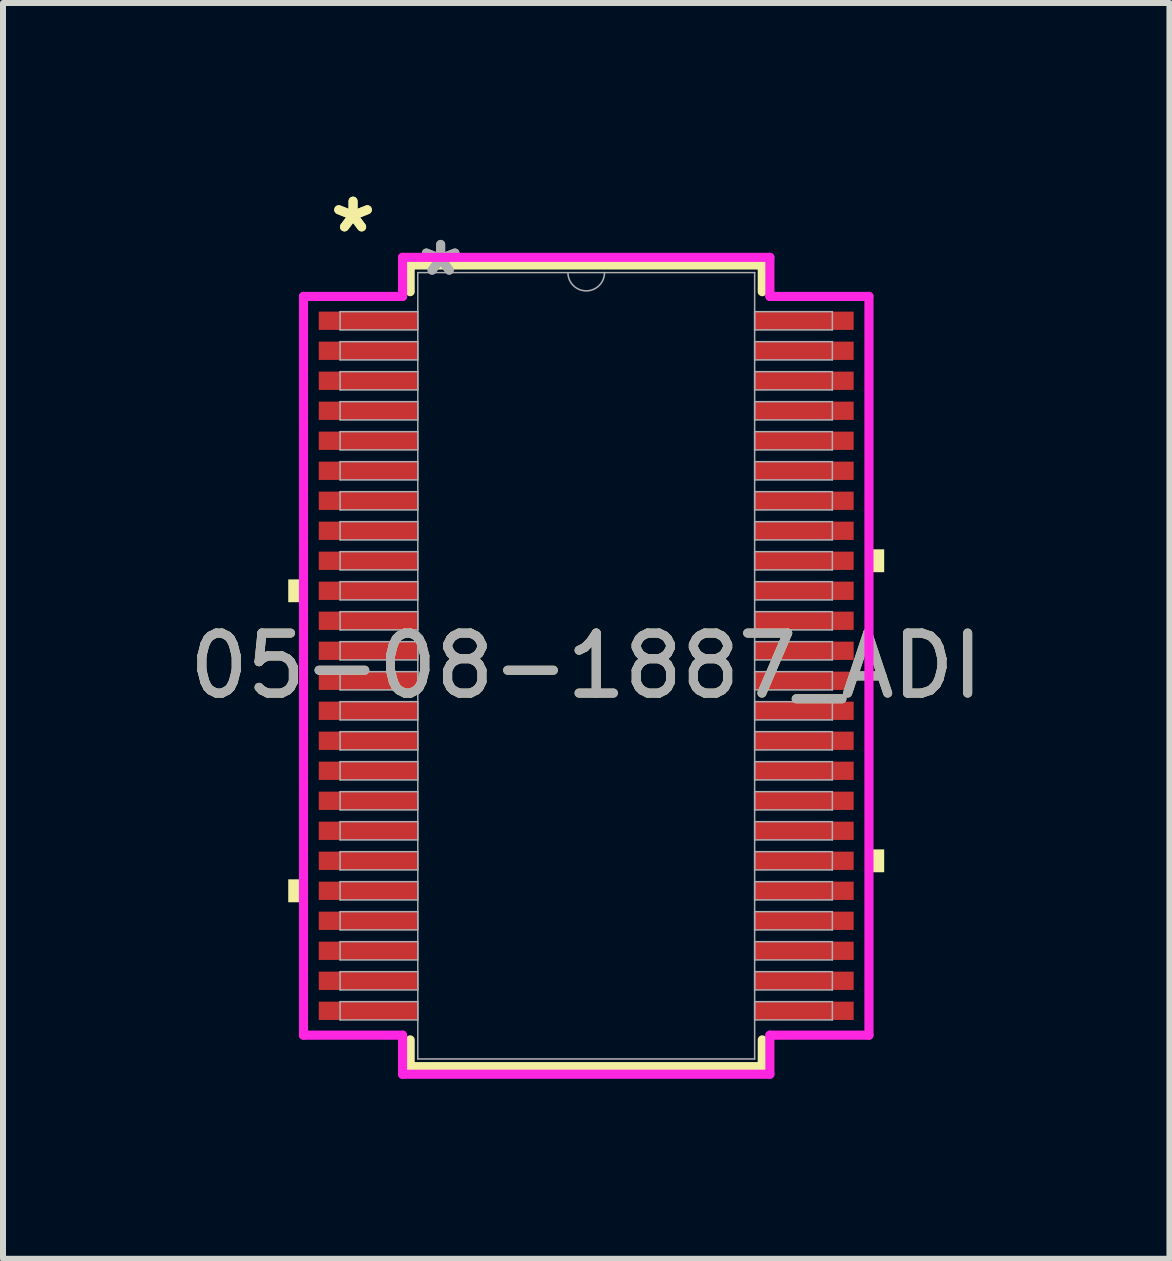
<source format=kicad_pcb>
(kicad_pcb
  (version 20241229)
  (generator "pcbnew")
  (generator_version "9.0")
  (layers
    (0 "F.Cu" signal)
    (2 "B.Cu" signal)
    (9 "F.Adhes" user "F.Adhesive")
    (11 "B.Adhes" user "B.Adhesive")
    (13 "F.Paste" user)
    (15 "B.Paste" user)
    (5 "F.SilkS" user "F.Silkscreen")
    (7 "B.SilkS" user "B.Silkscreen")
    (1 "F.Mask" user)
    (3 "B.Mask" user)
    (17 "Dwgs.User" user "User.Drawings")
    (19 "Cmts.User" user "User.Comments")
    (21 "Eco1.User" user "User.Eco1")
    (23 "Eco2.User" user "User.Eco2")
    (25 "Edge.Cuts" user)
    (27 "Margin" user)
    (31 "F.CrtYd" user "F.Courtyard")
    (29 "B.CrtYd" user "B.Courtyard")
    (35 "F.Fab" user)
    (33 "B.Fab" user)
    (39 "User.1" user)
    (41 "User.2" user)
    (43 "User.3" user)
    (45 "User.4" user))
  (footprint "05-08-1887_ADI"
    (layer "F.Cu")
    (at 6.72 8.046)
    (property "Reference" "05-08-1887_ADI" (at 0 0 0) (unlocked yes) (layer "F.SilkS") (effects (font (size 1 1) (thickness 0.15))))
    (attr smd)
    (fp_line (start -2.934 -6.68) (end -2.934 -6.235) (stroke (width 0.152) (type solid)) (layer "F.SilkS"))
    (fp_line (start -2.934 6.235) (end -2.934 6.68) (stroke (width 0.152) (type solid)) (layer "F.SilkS"))
    (fp_line (start -2.934 6.68) (end 2.934 6.68) (stroke (width 0.152) (type solid)) (layer "F.SilkS"))
    (fp_line (start 2.934 -6.68) (end -2.934 -6.68) (stroke (width 0.152) (type solid)) (layer "F.SilkS"))
    (fp_line (start 2.934 -6.235) (end 2.934 -6.68) (stroke (width 0.152) (type solid)) (layer "F.SilkS"))
    (fp_line (start 2.934 6.68) (end 2.934 6.235) (stroke (width 0.152) (type solid)) (layer "F.SilkS"))
    (fp_poly (pts (xy -4.966 -1.44) (xy -4.966 -1.06) (xy -4.712 -1.06) (xy -4.712 -1.44)) (stroke (width 0) (type solid)) (fill yes) (layer "F.SilkS"))
    (fp_poly (pts (xy -4.966 3.559) (xy -4.966 3.941) (xy -4.712 3.941) (xy -4.712 3.559)) (stroke (width 0) (type solid)) (fill yes) (layer "F.SilkS"))
    (fp_poly (pts (xy 4.966 -1.941) (xy 4.966 -1.56) (xy 4.712 -1.56) (xy 4.712 -1.941)) (stroke (width 0) (type solid)) (fill yes) (layer "F.SilkS"))
    (fp_poly (pts (xy 4.966 3.06) (xy 4.966 3.441) (xy 4.712 3.441) (xy 4.712 3.06)) (stroke (width 0) (type solid)) (fill yes) (layer "F.SilkS"))
    (fp_line (start -4.712 -6.156) (end -3.061 -6.156) (stroke (width 0.152) (type solid)) (layer "F.CrtYd"))
    (fp_line (start -4.712 6.156) (end -4.712 -6.156) (stroke (width 0.152) (type solid)) (layer "F.CrtYd"))
    (fp_line (start -4.712 6.156) (end -3.061 6.156) (stroke (width 0.152) (type solid)) (layer "F.CrtYd"))
    (fp_line (start -3.061 -6.807) (end 3.061 -6.807) (stroke (width 0.152) (type solid)) (layer "F.CrtYd"))
    (fp_line (start -3.061 -6.156) (end -3.061 -6.807) (stroke (width 0.152) (type solid)) (layer "F.CrtYd"))
    (fp_line (start -3.061 6.807) (end -3.061 6.156) (stroke (width 0.152) (type solid)) (layer "F.CrtYd"))
    (fp_line (start 3.061 -6.807) (end 3.061 -6.156) (stroke (width 0.152) (type solid)) (layer "F.CrtYd"))
    (fp_line (start 3.061 6.156) (end 3.061 6.807) (stroke (width 0.152) (type solid)) (layer "F.CrtYd"))
    (fp_line (start 3.061 6.807) (end -3.061 6.807) (stroke (width 0.152) (type solid)) (layer "F.CrtYd"))
    (fp_line (start 4.712 -6.156) (end 3.061 -6.156) (stroke (width 0.152) (type solid)) (layer "F.CrtYd"))
    (fp_line (start 4.712 -6.156) (end 4.712 6.156) (stroke (width 0.152) (type solid)) (layer "F.CrtYd"))
    (fp_line (start 4.712 6.156) (end 3.061 6.156) (stroke (width 0.152) (type solid)) (layer "F.CrtYd"))
    (fp_line (start -4.102 -5.902) (end -4.102 -5.598) (stroke (width 0.025) (type solid)) (layer "F.Fab"))
    (fp_line (start -4.102 -5.598) (end -2.807 -5.598) (stroke (width 0.025) (type solid)) (layer "F.Fab"))
    (fp_line (start -4.102 -5.402) (end -4.102 -5.098) (stroke (width 0.025) (type solid)) (layer "F.Fab"))
    (fp_line (start -4.102 -5.098) (end -2.807 -5.098) (stroke (width 0.025) (type solid)) (layer "F.Fab"))
    (fp_line (start -4.102 -4.902) (end -4.102 -4.598) (stroke (width 0.025) (type solid)) (layer "F.Fab"))
    (fp_line (start -4.102 -4.598) (end -2.807 -4.598) (stroke (width 0.025) (type solid)) (layer "F.Fab"))
    (fp_line (start -4.102 -4.402) (end -4.102 -4.098) (stroke (width 0.025) (type solid)) (layer "F.Fab"))
    (fp_line (start -4.102 -4.098) (end -2.807 -4.098) (stroke (width 0.025) (type solid)) (layer "F.Fab"))
    (fp_line (start -4.102 -3.902) (end -4.102 -3.598) (stroke (width 0.025) (type solid)) (layer "F.Fab"))
    (fp_line (start -4.102 -3.598) (end -2.807 -3.598) (stroke (width 0.025) (type solid)) (layer "F.Fab"))
    (fp_line (start -4.102 -3.402) (end -4.102 -3.098) (stroke (width 0.025) (type solid)) (layer "F.Fab"))
    (fp_line (start -4.102 -3.098) (end -2.807 -3.098) (stroke (width 0.025) (type solid)) (layer "F.Fab"))
    (fp_line (start -4.102 -2.902) (end -4.102 -2.598) (stroke (width 0.025) (type solid)) (layer "F.Fab"))
    (fp_line (start -4.102 -2.598) (end -2.807 -2.598) (stroke (width 0.025) (type solid)) (layer "F.Fab"))
    (fp_line (start -4.102 -2.402) (end -4.102 -2.098) (stroke (width 0.025) (type solid)) (layer "F.Fab"))
    (fp_line (start -4.102 -2.098) (end -2.807 -2.098) (stroke (width 0.025) (type solid)) (layer "F.Fab"))
    (fp_line (start -4.102 -1.902) (end -4.102 -1.598) (stroke (width 0.025) (type solid)) (layer "F.Fab"))
    (fp_line (start -4.102 -1.598) (end -2.807 -1.598) (stroke (width 0.025) (type solid)) (layer "F.Fab"))
    (fp_line (start -4.102 -1.402) (end -4.102 -1.098) (stroke (width 0.025) (type solid)) (layer "F.Fab"))
    (fp_line (start -4.102 -1.098) (end -2.807 -1.098) (stroke (width 0.025) (type solid)) (layer "F.Fab"))
    (fp_line (start -4.102 -0.902) (end -4.102 -0.598) (stroke (width 0.025) (type solid)) (layer "F.Fab"))
    (fp_line (start -4.102 -0.598) (end -2.807 -0.598) (stroke (width 0.025) (type solid)) (layer "F.Fab"))
    (fp_line (start -4.102 -0.402) (end -4.102 -0.098) (stroke (width 0.025) (type solid)) (layer "F.Fab"))
    (fp_line (start -4.102 -0.098) (end -2.807 -0.098) (stroke (width 0.025) (type solid)) (layer "F.Fab"))
    (fp_line (start -4.102 0.098) (end -4.102 0.402) (stroke (width 0.025) (type solid)) (layer "F.Fab"))
    (fp_line (start -4.102 0.402) (end -2.807 0.402) (stroke (width 0.025) (type solid)) (layer "F.Fab"))
    (fp_line (start -4.102 0.598) (end -4.102 0.902) (stroke (width 0.025) (type solid)) (layer "F.Fab"))
    (fp_line (start -4.102 0.902) (end -2.807 0.902) (stroke (width 0.025) (type solid)) (layer "F.Fab"))
    (fp_line (start -4.102 1.098) (end -4.102 1.402) (stroke (width 0.025) (type solid)) (layer "F.Fab"))
    (fp_line (start -4.102 1.402) (end -2.807 1.402) (stroke (width 0.025) (type solid)) (layer "F.Fab"))
    (fp_line (start -4.102 1.598) (end -4.102 1.902) (stroke (width 0.025) (type solid)) (layer "F.Fab"))
    (fp_line (start -4.102 1.902) (end -2.807 1.902) (stroke (width 0.025) (type solid)) (layer "F.Fab"))
    (fp_line (start -4.102 2.098) (end -4.102 2.402) (stroke (width 0.025) (type solid)) (layer "F.Fab"))
    (fp_line (start -4.102 2.402) (end -2.807 2.402) (stroke (width 0.025) (type solid)) (layer "F.Fab"))
    (fp_line (start -4.102 2.598) (end -4.102 2.902) (stroke (width 0.025) (type solid)) (layer "F.Fab"))
    (fp_line (start -4.102 2.902) (end -2.807 2.902) (stroke (width 0.025) (type solid)) (layer "F.Fab"))
    (fp_line (start -4.102 3.098) (end -4.102 3.402) (stroke (width 0.025) (type solid)) (layer "F.Fab"))
    (fp_line (start -4.102 3.402) (end -2.807 3.402) (stroke (width 0.025) (type solid)) (layer "F.Fab"))
    (fp_line (start -4.102 3.598) (end -4.102 3.902) (stroke (width 0.025) (type solid)) (layer "F.Fab"))
    (fp_line (start -4.102 3.902) (end -2.807 3.902) (stroke (width 0.025) (type solid)) (layer "F.Fab"))
    (fp_line (start -4.102 4.098) (end -4.102 4.402) (stroke (width 0.025) (type solid)) (layer "F.Fab"))
    (fp_line (start -4.102 4.402) (end -2.807 4.402) (stroke (width 0.025) (type solid)) (layer "F.Fab"))
    (fp_line (start -4.102 4.598) (end -4.102 4.902) (stroke (width 0.025) (type solid)) (layer "F.Fab"))
    (fp_line (start -4.102 4.902) (end -2.807 4.902) (stroke (width 0.025) (type solid)) (layer "F.Fab"))
    (fp_line (start -4.102 5.098) (end -4.102 5.402) (stroke (width 0.025) (type solid)) (layer "F.Fab"))
    (fp_line (start -4.102 5.402) (end -2.807 5.402) (stroke (width 0.025) (type solid)) (layer "F.Fab"))
    (fp_line (start -4.102 5.598) (end -4.102 5.902) (stroke (width 0.025) (type solid)) (layer "F.Fab"))
    (fp_line (start -4.102 5.902) (end -2.807 5.902) (stroke (width 0.025) (type solid)) (layer "F.Fab"))
    (fp_line (start -2.807 -6.553) (end -2.807 6.553) (stroke (width 0.025) (type solid)) (layer "F.Fab"))
    (fp_line (start -2.807 -5.902) (end -4.102 -5.902) (stroke (width 0.025) (type solid)) (layer "F.Fab"))
    (fp_line (start -2.807 -5.598) (end -2.807 -5.902) (stroke (width 0.025) (type solid)) (layer "F.Fab"))
    (fp_line (start -2.807 -5.402) (end -4.102 -5.402) (stroke (width 0.025) (type solid)) (layer "F.Fab"))
    (fp_line (start -2.807 -5.098) (end -2.807 -5.402) (stroke (width 0.025) (type solid)) (layer "F.Fab"))
    (fp_line (start -2.807 -4.902) (end -4.102 -4.902) (stroke (width 0.025) (type solid)) (layer "F.Fab"))
    (fp_line (start -2.807 -4.598) (end -2.807 -4.902) (stroke (width 0.025) (type solid)) (layer "F.Fab"))
    (fp_line (start -2.807 -4.402) (end -4.102 -4.402) (stroke (width 0.025) (type solid)) (layer "F.Fab"))
    (fp_line (start -2.807 -4.098) (end -2.807 -4.402) (stroke (width 0.025) (type solid)) (layer "F.Fab"))
    (fp_line (start -2.807 -3.902) (end -4.102 -3.902) (stroke (width 0.025) (type solid)) (layer "F.Fab"))
    (fp_line (start -2.807 -3.598) (end -2.807 -3.902) (stroke (width 0.025) (type solid)) (layer "F.Fab"))
    (fp_line (start -2.807 -3.402) (end -4.102 -3.402) (stroke (width 0.025) (type solid)) (layer "F.Fab"))
    (fp_line (start -2.807 -3.098) (end -2.807 -3.402) (stroke (width 0.025) (type solid)) (layer "F.Fab"))
    (fp_line (start -2.807 -2.902) (end -4.102 -2.902) (stroke (width 0.025) (type solid)) (layer "F.Fab"))
    (fp_line (start -2.807 -2.598) (end -2.807 -2.902) (stroke (width 0.025) (type solid)) (layer "F.Fab"))
    (fp_line (start -2.807 -2.402) (end -4.102 -2.402) (stroke (width 0.025) (type solid)) (layer "F.Fab"))
    (fp_line (start -2.807 -2.098) (end -2.807 -2.402) (stroke (width 0.025) (type solid)) (layer "F.Fab"))
    (fp_line (start -2.807 -1.902) (end -4.102 -1.902) (stroke (width 0.025) (type solid)) (layer "F.Fab"))
    (fp_line (start -2.807 -1.598) (end -2.807 -1.902) (stroke (width 0.025) (type solid)) (layer "F.Fab"))
    (fp_line (start -2.807 -1.402) (end -4.102 -1.402) (stroke (width 0.025) (type solid)) (layer "F.Fab"))
    (fp_line (start -2.807 -1.098) (end -2.807 -1.402) (stroke (width 0.025) (type solid)) (layer "F.Fab"))
    (fp_line (start -2.807 -0.902) (end -4.102 -0.902) (stroke (width 0.025) (type solid)) (layer "F.Fab"))
    (fp_line (start -2.807 -0.598) (end -2.807 -0.902) (stroke (width 0.025) (type solid)) (layer "F.Fab"))
    (fp_line (start -2.807 -0.402) (end -4.102 -0.402) (stroke (width 0.025) (type solid)) (layer "F.Fab"))
    (fp_line (start -2.807 -0.098) (end -2.807 -0.402) (stroke (width 0.025) (type solid)) (layer "F.Fab"))
    (fp_line (start -2.807 0.098) (end -4.102 0.098) (stroke (width 0.025) (type solid)) (layer "F.Fab"))
    (fp_line (start -2.807 0.402) (end -2.807 0.098) (stroke (width 0.025) (type solid)) (layer "F.Fab"))
    (fp_line (start -2.807 0.598) (end -4.102 0.598) (stroke (width 0.025) (type solid)) (layer "F.Fab"))
    (fp_line (start -2.807 0.902) (end -2.807 0.598) (stroke (width 0.025) (type solid)) (layer "F.Fab"))
    (fp_line (start -2.807 1.098) (end -4.102 1.098) (stroke (width 0.025) (type solid)) (layer "F.Fab"))
    (fp_line (start -2.807 1.402) (end -2.807 1.098) (stroke (width 0.025) (type solid)) (layer "F.Fab"))
    (fp_line (start -2.807 1.598) (end -4.102 1.598) (stroke (width 0.025) (type solid)) (layer "F.Fab"))
    (fp_line (start -2.807 1.902) (end -2.807 1.598) (stroke (width 0.025) (type solid)) (layer "F.Fab"))
    (fp_line (start -2.807 2.098) (end -4.102 2.098) (stroke (width 0.025) (type solid)) (layer "F.Fab"))
    (fp_line (start -2.807 2.402) (end -2.807 2.098) (stroke (width 0.025) (type solid)) (layer "F.Fab"))
    (fp_line (start -2.807 2.598) (end -4.102 2.598) (stroke (width 0.025) (type solid)) (layer "F.Fab"))
    (fp_line (start -2.807 2.902) (end -2.807 2.598) (stroke (width 0.025) (type solid)) (layer "F.Fab"))
    (fp_line (start -2.807 3.098) (end -4.102 3.098) (stroke (width 0.025) (type solid)) (layer "F.Fab"))
    (fp_line (start -2.807 3.402) (end -2.807 3.098) (stroke (width 0.025) (type solid)) (layer "F.Fab"))
    (fp_line (start -2.807 3.598) (end -4.102 3.598) (stroke (width 0.025) (type solid)) (layer "F.Fab"))
    (fp_line (start -2.807 3.902) (end -2.807 3.598) (stroke (width 0.025) (type solid)) (layer "F.Fab"))
    (fp_line (start -2.807 4.098) (end -4.102 4.098) (stroke (width 0.025) (type solid)) (layer "F.Fab"))
    (fp_line (start -2.807 4.402) (end -2.807 4.098) (stroke (width 0.025) (type solid)) (layer "F.Fab"))
    (fp_line (start -2.807 4.598) (end -4.102 4.598) (stroke (width 0.025) (type solid)) (layer "F.Fab"))
    (fp_line (start -2.807 4.902) (end -2.807 4.598) (stroke (width 0.025) (type solid)) (layer "F.Fab"))
    (fp_line (start -2.807 5.098) (end -4.102 5.098) (stroke (width 0.025) (type solid)) (layer "F.Fab"))
    (fp_line (start -2.807 5.402) (end -2.807 5.098) (stroke (width 0.025) (type solid)) (layer "F.Fab"))
    (fp_line (start -2.807 5.598) (end -4.102 5.598) (stroke (width 0.025) (type solid)) (layer "F.Fab"))
    (fp_line (start -2.807 5.902) (end -2.807 5.598) (stroke (width 0.025) (type solid)) (layer "F.Fab"))
    (fp_line (start -2.807 6.553) (end 2.807 6.553) (stroke (width 0.025) (type solid)) (layer "F.Fab"))
    (fp_line (start 2.807 -6.553) (end -2.807 -6.553) (stroke (width 0.025) (type solid)) (layer "F.Fab"))
    (fp_line (start 2.807 -5.902) (end 2.807 -5.598) (stroke (width 0.025) (type solid)) (layer "F.Fab"))
    (fp_line (start 2.807 -5.598) (end 4.102 -5.598) (stroke (width 0.025) (type solid)) (layer "F.Fab"))
    (fp_line (start 2.807 -5.402) (end 2.807 -5.098) (stroke (width 0.025) (type solid)) (layer "F.Fab"))
    (fp_line (start 2.807 -5.098) (end 4.102 -5.098) (stroke (width 0.025) (type solid)) (layer "F.Fab"))
    (fp_line (start 2.807 -4.902) (end 2.807 -4.598) (stroke (width 0.025) (type solid)) (layer "F.Fab"))
    (fp_line (start 2.807 -4.598) (end 4.102 -4.598) (stroke (width 0.025) (type solid)) (layer "F.Fab"))
    (fp_line (start 2.807 -4.402) (end 2.807 -4.098) (stroke (width 0.025) (type solid)) (layer "F.Fab"))
    (fp_line (start 2.807 -4.098) (end 4.102 -4.098) (stroke (width 0.025) (type solid)) (layer "F.Fab"))
    (fp_line (start 2.807 -3.902) (end 2.807 -3.598) (stroke (width 0.025) (type solid)) (layer "F.Fab"))
    (fp_line (start 2.807 -3.598) (end 4.102 -3.598) (stroke (width 0.025) (type solid)) (layer "F.Fab"))
    (fp_line (start 2.807 -3.402) (end 2.807 -3.098) (stroke (width 0.025) (type solid)) (layer "F.Fab"))
    (fp_line (start 2.807 -3.098) (end 4.102 -3.098) (stroke (width 0.025) (type solid)) (layer "F.Fab"))
    (fp_line (start 2.807 -2.902) (end 2.807 -2.598) (stroke (width 0.025) (type solid)) (layer "F.Fab"))
    (fp_line (start 2.807 -2.598) (end 4.102 -2.598) (stroke (width 0.025) (type solid)) (layer "F.Fab"))
    (fp_line (start 2.807 -2.402) (end 2.807 -2.098) (stroke (width 0.025) (type solid)) (layer "F.Fab"))
    (fp_line (start 2.807 -2.098) (end 4.102 -2.098) (stroke (width 0.025) (type solid)) (layer "F.Fab"))
    (fp_line (start 2.807 -1.902) (end 2.807 -1.598) (stroke (width 0.025) (type solid)) (layer "F.Fab"))
    (fp_line (start 2.807 -1.598) (end 4.102 -1.598) (stroke (width 0.025) (type solid)) (layer "F.Fab"))
    (fp_line (start 2.807 -1.402) (end 2.807 -1.098) (stroke (width 0.025) (type solid)) (layer "F.Fab"))
    (fp_line (start 2.807 -1.098) (end 4.102 -1.098) (stroke (width 0.025) (type solid)) (layer "F.Fab"))
    (fp_line (start 2.807 -0.902) (end 2.807 -0.598) (stroke (width 0.025) (type solid)) (layer "F.Fab"))
    (fp_line (start 2.807 -0.598) (end 4.102 -0.598) (stroke (width 0.025) (type solid)) (layer "F.Fab"))
    (fp_line (start 2.807 -0.402) (end 2.807 -0.098) (stroke (width 0.025) (type solid)) (layer "F.Fab"))
    (fp_line (start 2.807 -0.098) (end 4.102 -0.098) (stroke (width 0.025) (type solid)) (layer "F.Fab"))
    (fp_line (start 2.807 0.098) (end 2.807 0.402) (stroke (width 0.025) (type solid)) (layer "F.Fab"))
    (fp_line (start 2.807 0.402) (end 4.102 0.402) (stroke (width 0.025) (type solid)) (layer "F.Fab"))
    (fp_line (start 2.807 0.598) (end 2.807 0.902) (stroke (width 0.025) (type solid)) (layer "F.Fab"))
    (fp_line (start 2.807 0.902) (end 4.102 0.902) (stroke (width 0.025) (type solid)) (layer "F.Fab"))
    (fp_line (start 2.807 1.098) (end 2.807 1.402) (stroke (width 0.025) (type solid)) (layer "F.Fab"))
    (fp_line (start 2.807 1.402) (end 4.102 1.402) (stroke (width 0.025) (type solid)) (layer "F.Fab"))
    (fp_line (start 2.807 1.598) (end 2.807 1.902) (stroke (width 0.025) (type solid)) (layer "F.Fab"))
    (fp_line (start 2.807 1.902) (end 4.102 1.902) (stroke (width 0.025) (type solid)) (layer "F.Fab"))
    (fp_line (start 2.807 2.098) (end 2.807 2.402) (stroke (width 0.025) (type solid)) (layer "F.Fab"))
    (fp_line (start 2.807 2.402) (end 4.102 2.402) (stroke (width 0.025) (type solid)) (layer "F.Fab"))
    (fp_line (start 2.807 2.598) (end 2.807 2.902) (stroke (width 0.025) (type solid)) (layer "F.Fab"))
    (fp_line (start 2.807 2.902) (end 4.102 2.902) (stroke (width 0.025) (type solid)) (layer "F.Fab"))
    (fp_line (start 2.807 3.098) (end 2.807 3.402) (stroke (width 0.025) (type solid)) (layer "F.Fab"))
    (fp_line (start 2.807 3.402) (end 4.102 3.402) (stroke (width 0.025) (type solid)) (layer "F.Fab"))
    (fp_line (start 2.807 3.598) (end 2.807 3.902) (stroke (width 0.025) (type solid)) (layer "F.Fab"))
    (fp_line (start 2.807 3.902) (end 4.102 3.902) (stroke (width 0.025) (type solid)) (layer "F.Fab"))
    (fp_line (start 2.807 4.098) (end 2.807 4.402) (stroke (width 0.025) (type solid)) (layer "F.Fab"))
    (fp_line (start 2.807 4.402) (end 4.102 4.402) (stroke (width 0.025) (type solid)) (layer "F.Fab"))
    (fp_line (start 2.807 4.598) (end 2.807 4.902) (stroke (width 0.025) (type solid)) (layer "F.Fab"))
    (fp_line (start 2.807 4.902) (end 4.102 4.902) (stroke (width 0.025) (type solid)) (layer "F.Fab"))
    (fp_line (start 2.807 5.098) (end 2.807 5.402) (stroke (width 0.025) (type solid)) (layer "F.Fab"))
    (fp_line (start 2.807 5.402) (end 4.102 5.402) (stroke (width 0.025) (type solid)) (layer "F.Fab"))
    (fp_line (start 2.807 5.598) (end 2.807 5.902) (stroke (width 0.025) (type solid)) (layer "F.Fab"))
    (fp_line (start 2.807 5.902) (end 4.102 5.902) (stroke (width 0.025) (type solid)) (layer "F.Fab"))
    (fp_line (start 2.807 6.553) (end 2.807 -6.553) (stroke (width 0.025) (type solid)) (layer "F.Fab"))
    (fp_line (start 4.102 -5.902) (end 2.807 -5.902) (stroke (width 0.025) (type solid)) (layer "F.Fab"))
    (fp_line (start 4.102 -5.598) (end 4.102 -5.902) (stroke (width 0.025) (type solid)) (layer "F.Fab"))
    (fp_line (start 4.102 -5.402) (end 2.807 -5.402) (stroke (width 0.025) (type solid)) (layer "F.Fab"))
    (fp_line (start 4.102 -5.098) (end 4.102 -5.402) (stroke (width 0.025) (type solid)) (layer "F.Fab"))
    (fp_line (start 4.102 -4.902) (end 2.807 -4.902) (stroke (width 0.025) (type solid)) (layer "F.Fab"))
    (fp_line (start 4.102 -4.598) (end 4.102 -4.902) (stroke (width 0.025) (type solid)) (layer "F.Fab"))
    (fp_line (start 4.102 -4.402) (end 2.807 -4.402) (stroke (width 0.025) (type solid)) (layer "F.Fab"))
    (fp_line (start 4.102 -4.098) (end 4.102 -4.402) (stroke (width 0.025) (type solid)) (layer "F.Fab"))
    (fp_line (start 4.102 -3.902) (end 2.807 -3.902) (stroke (width 0.025) (type solid)) (layer "F.Fab"))
    (fp_line (start 4.102 -3.598) (end 4.102 -3.902) (stroke (width 0.025) (type solid)) (layer "F.Fab"))
    (fp_line (start 4.102 -3.402) (end 2.807 -3.402) (stroke (width 0.025) (type solid)) (layer "F.Fab"))
    (fp_line (start 4.102 -3.098) (end 4.102 -3.402) (stroke (width 0.025) (type solid)) (layer "F.Fab"))
    (fp_line (start 4.102 -2.902) (end 2.807 -2.902) (stroke (width 0.025) (type solid)) (layer "F.Fab"))
    (fp_line (start 4.102 -2.598) (end 4.102 -2.902) (stroke (width 0.025) (type solid)) (layer "F.Fab"))
    (fp_line (start 4.102 -2.402) (end 2.807 -2.402) (stroke (width 0.025) (type solid)) (layer "F.Fab"))
    (fp_line (start 4.102 -2.098) (end 4.102 -2.402) (stroke (width 0.025) (type solid)) (layer "F.Fab"))
    (fp_line (start 4.102 -1.902) (end 2.807 -1.902) (stroke (width 0.025) (type solid)) (layer "F.Fab"))
    (fp_line (start 4.102 -1.598) (end 4.102 -1.902) (stroke (width 0.025) (type solid)) (layer "F.Fab"))
    (fp_line (start 4.102 -1.402) (end 2.807 -1.402) (stroke (width 0.025) (type solid)) (layer "F.Fab"))
    (fp_line (start 4.102 -1.098) (end 4.102 -1.402) (stroke (width 0.025) (type solid)) (layer "F.Fab"))
    (fp_line (start 4.102 -0.902) (end 2.807 -0.902) (stroke (width 0.025) (type solid)) (layer "F.Fab"))
    (fp_line (start 4.102 -0.598) (end 4.102 -0.902) (stroke (width 0.025) (type solid)) (layer "F.Fab"))
    (fp_line (start 4.102 -0.402) (end 2.807 -0.402) (stroke (width 0.025) (type solid)) (layer "F.Fab"))
    (fp_line (start 4.102 -0.098) (end 4.102 -0.402) (stroke (width 0.025) (type solid)) (layer "F.Fab"))
    (fp_line (start 4.102 0.098) (end 2.807 0.098) (stroke (width 0.025) (type solid)) (layer "F.Fab"))
    (fp_line (start 4.102 0.402) (end 4.102 0.098) (stroke (width 0.025) (type solid)) (layer "F.Fab"))
    (fp_line (start 4.102 0.598) (end 2.807 0.598) (stroke (width 0.025) (type solid)) (layer "F.Fab"))
    (fp_line (start 4.102 0.902) (end 4.102 0.598) (stroke (width 0.025) (type solid)) (layer "F.Fab"))
    (fp_line (start 4.102 1.098) (end 2.807 1.098) (stroke (width 0.025) (type solid)) (layer "F.Fab"))
    (fp_line (start 4.102 1.402) (end 4.102 1.098) (stroke (width 0.025) (type solid)) (layer "F.Fab"))
    (fp_line (start 4.102 1.598) (end 2.807 1.598) (stroke (width 0.025) (type solid)) (layer "F.Fab"))
    (fp_line (start 4.102 1.902) (end 4.102 1.598) (stroke (width 0.025) (type solid)) (layer "F.Fab"))
    (fp_line (start 4.102 2.098) (end 2.807 2.098) (stroke (width 0.025) (type solid)) (layer "F.Fab"))
    (fp_line (start 4.102 2.402) (end 4.102 2.098) (stroke (width 0.025) (type solid)) (layer "F.Fab"))
    (fp_line (start 4.102 2.598) (end 2.807 2.598) (stroke (width 0.025) (type solid)) (layer "F.Fab"))
    (fp_line (start 4.102 2.902) (end 4.102 2.598) (stroke (width 0.025) (type solid)) (layer "F.Fab"))
    (fp_line (start 4.102 3.098) (end 2.807 3.098) (stroke (width 0.025) (type solid)) (layer "F.Fab"))
    (fp_line (start 4.102 3.402) (end 4.102 3.098) (stroke (width 0.025) (type solid)) (layer "F.Fab"))
    (fp_line (start 4.102 3.598) (end 2.807 3.598) (stroke (width 0.025) (type solid)) (layer "F.Fab"))
    (fp_line (start 4.102 3.902) (end 4.102 3.598) (stroke (width 0.025) (type solid)) (layer "F.Fab"))
    (fp_line (start 4.102 4.098) (end 2.807 4.098) (stroke (width 0.025) (type solid)) (layer "F.Fab"))
    (fp_line (start 4.102 4.402) (end 4.102 4.098) (stroke (width 0.025) (type solid)) (layer "F.Fab"))
    (fp_line (start 4.102 4.598) (end 2.807 4.598) (stroke (width 0.025) (type solid)) (layer "F.Fab"))
    (fp_line (start 4.102 4.902) (end 4.102 4.598) (stroke (width 0.025) (type solid)) (layer "F.Fab"))
    (fp_line (start 4.102 5.098) (end 2.807 5.098) (stroke (width 0.025) (type solid)) (layer "F.Fab"))
    (fp_line (start 4.102 5.402) (end 4.102 5.098) (stroke (width 0.025) (type solid)) (layer "F.Fab"))
    (fp_line (start 4.102 5.598) (end 2.807 5.598) (stroke (width 0.025) (type solid)) (layer "F.Fab"))
    (fp_line (start 4.102 5.902) (end 4.102 5.598) (stroke (width 0.025) (type solid)) (layer "F.Fab"))
    (fp_arc (start 0.3048 -6.5532) (mid 0 -6.2484) (end -0.3048 -6.5532) (stroke (width 0.0254) (type solid)) (layer "F.Fab"))
    (fp_text user "*" (at -3.886 -7.198 0) (layer "F.SilkS") (effects (font (size 1 1) (thickness 0.15))))
    (fp_text user "*" (at -3.886 -7.198 0) (unlocked yes) (layer "F.SilkS") (effects (font (size 1 1) (thickness 0.15))))
    (fp_text user "*" (at -2.426 -6.477 0) (layer "F.Fab") (effects (font (size 1 1) (thickness 0.15))))
    (fp_text user "*" (at -2.426 -6.477 0) (unlocked yes) (layer "F.Fab") (effects (font (size 1 1) (thickness 0.15))))
    (fp_text user "${REFERENCE}" (at 0 0 0) (unlocked yes) (layer "F.Fab") (effects (font (size 1 1) (thickness 0.15))))
    (pad "1" smd rect (at -3.632 -5.75) (size 1.651 0.305) (layers "F.Cu" "F.Mask" "F.Paste"))
    (pad "2" smd rect (at -3.632 -5.25) (size 1.651 0.305) (layers "F.Cu" "F.Mask" "F.Paste"))
    (pad "3" smd rect (at -3.632 -4.75) (size 1.651 0.305) (layers "F.Cu" "F.Mask" "F.Paste"))
    (pad "4" smd rect (at -3.632 -4.25) (size 1.651 0.305) (layers "F.Cu" "F.Mask" "F.Paste"))
    (pad "5" smd rect (at -3.632 -3.75) (size 1.651 0.305) (layers "F.Cu" "F.Mask" "F.Paste"))
    (pad "6" smd rect (at -3.632 -3.25) (size 1.651 0.305) (layers "F.Cu" "F.Mask" "F.Paste"))
    (pad "7" smd rect (at -3.632 -2.75) (size 1.651 0.305) (layers "F.Cu" "F.Mask" "F.Paste"))
    (pad "8" smd rect (at -3.632 -2.25) (size 1.651 0.305) (layers "F.Cu" "F.Mask" "F.Paste"))
    (pad "9" smd rect (at -3.632 -1.75) (size 1.651 0.305) (layers "F.Cu" "F.Mask" "F.Paste"))
    (pad "10" smd rect (at -3.632 -1.25) (size 1.651 0.305) (layers "F.Cu" "F.Mask" "F.Paste"))
    (pad "11" smd rect (at -3.632 -0.75) (size 1.651 0.305) (layers "F.Cu" "F.Mask" "F.Paste"))
    (pad "12" smd rect (at -3.632 -0.25) (size 1.651 0.305) (layers "F.Cu" "F.Mask" "F.Paste"))
    (pad "13" smd rect (at -3.632 0.25) (size 1.651 0.305) (layers "F.Cu" "F.Mask" "F.Paste"))
    (pad "14" smd rect (at -3.632 0.75) (size 1.651 0.305) (layers "F.Cu" "F.Mask" "F.Paste"))
    (pad "15" smd rect (at -3.632 1.25) (size 1.651 0.305) (layers "F.Cu" "F.Mask" "F.Paste"))
    (pad "16" smd rect (at -3.632 1.75) (size 1.651 0.305) (layers "F.Cu" "F.Mask" "F.Paste"))
    (pad "17" smd rect (at -3.632 2.25) (size 1.651 0.305) (layers "F.Cu" "F.Mask" "F.Paste"))
    (pad "18" smd rect (at -3.632 2.75) (size 1.651 0.305) (layers "F.Cu" "F.Mask" "F.Paste"))
    (pad "19" smd rect (at -3.632 3.25) (size 1.651 0.305) (layers "F.Cu" "F.Mask" "F.Paste"))
    (pad "20" smd rect (at -3.632 3.75) (size 1.651 0.305) (layers "F.Cu" "F.Mask" "F.Paste"))
    (pad "21" smd rect (at -3.632 4.25) (size 1.651 0.305) (layers "F.Cu" "F.Mask" "F.Paste"))
    (pad "22" smd rect (at -3.632 4.75) (size 1.651 0.305) (layers "F.Cu" "F.Mask" "F.Paste"))
    (pad "23" smd rect (at -3.632 5.25) (size 1.651 0.305) (layers "F.Cu" "F.Mask" "F.Paste"))
    (pad "24" smd rect (at -3.632 5.75) (size 1.651 0.305) (layers "F.Cu" "F.Mask" "F.Paste"))
    (pad "25" smd rect (at 3.632 5.75) (size 1.651 0.305) (layers "F.Cu" "F.Mask" "F.Paste"))
    (pad "26" smd rect (at 3.632 5.25) (size 1.651 0.305) (layers "F.Cu" "F.Mask" "F.Paste"))
    (pad "27" smd rect (at 3.632 4.75) (size 1.651 0.305) (layers "F.Cu" "F.Mask" "F.Paste"))
    (pad "28" smd rect (at 3.632 4.25) (size 1.651 0.305) (layers "F.Cu" "F.Mask" "F.Paste"))
    (pad "29" smd rect (at 3.632 3.75) (size 1.651 0.305) (layers "F.Cu" "F.Mask" "F.Paste"))
    (pad "30" smd rect (at 3.632 3.25) (size 1.651 0.305) (layers "F.Cu" "F.Mask" "F.Paste"))
    (pad "31" smd rect (at 3.632 2.75) (size 1.651 0.305) (layers "F.Cu" "F.Mask" "F.Paste"))
    (pad "32" smd rect (at 3.632 2.25) (size 1.651 0.305) (layers "F.Cu" "F.Mask" "F.Paste"))
    (pad "33" smd rect (at 3.632 1.75) (size 1.651 0.305) (layers "F.Cu" "F.Mask" "F.Paste"))
    (pad "34" smd rect (at 3.632 1.25) (size 1.651 0.305) (layers "F.Cu" "F.Mask" "F.Paste"))
    (pad "35" smd rect (at 3.632 0.75) (size 1.651 0.305) (layers "F.Cu" "F.Mask" "F.Paste"))
    (pad "36" smd rect (at 3.632 0.25) (size 1.651 0.305) (layers "F.Cu" "F.Mask" "F.Paste"))
    (pad "37" smd rect (at 3.632 -0.25) (size 1.651 0.305) (layers "F.Cu" "F.Mask" "F.Paste"))
    (pad "38" smd rect (at 3.632 -0.75) (size 1.651 0.305) (layers "F.Cu" "F.Mask" "F.Paste"))
    (pad "39" smd rect (at 3.632 -1.25) (size 1.651 0.305) (layers "F.Cu" "F.Mask" "F.Paste"))
    (pad "40" smd rect (at 3.632 -1.75) (size 1.651 0.305) (layers "F.Cu" "F.Mask" "F.Paste"))
    (pad "41" smd rect (at 3.632 -2.25) (size 1.651 0.305) (layers "F.Cu" "F.Mask" "F.Paste"))
    (pad "42" smd rect (at 3.632 -2.75) (size 1.651 0.305) (layers "F.Cu" "F.Mask" "F.Paste"))
    (pad "43" smd rect (at 3.632 -3.25) (size 1.651 0.305) (layers "F.Cu" "F.Mask" "F.Paste"))
    (pad "44" smd rect (at 3.632 -3.75) (size 1.651 0.305) (layers "F.Cu" "F.Mask" "F.Paste"))
    (pad "45" smd rect (at 3.632 -4.25) (size 1.651 0.305) (layers "F.Cu" "F.Mask" "F.Paste"))
    (pad "46" smd rect (at 3.632 -4.75) (size 1.651 0.305) (layers "F.Cu" "F.Mask" "F.Paste"))
    (pad "47" smd rect (at 3.632 -5.25) (size 1.651 0.305) (layers "F.Cu" "F.Mask" "F.Paste"))
    (pad "48" smd rect (at 3.632 -5.75) (size 1.651 0.305) (layers "F.Cu" "F.Mask" "F.Paste")))
  (gr_rect
    (start -3 -3)
    (end 16.44 17.929)
    (stroke (width 0.1) (type default))
    (fill no)
    (layer "Edge.Cuts")))
</source>
